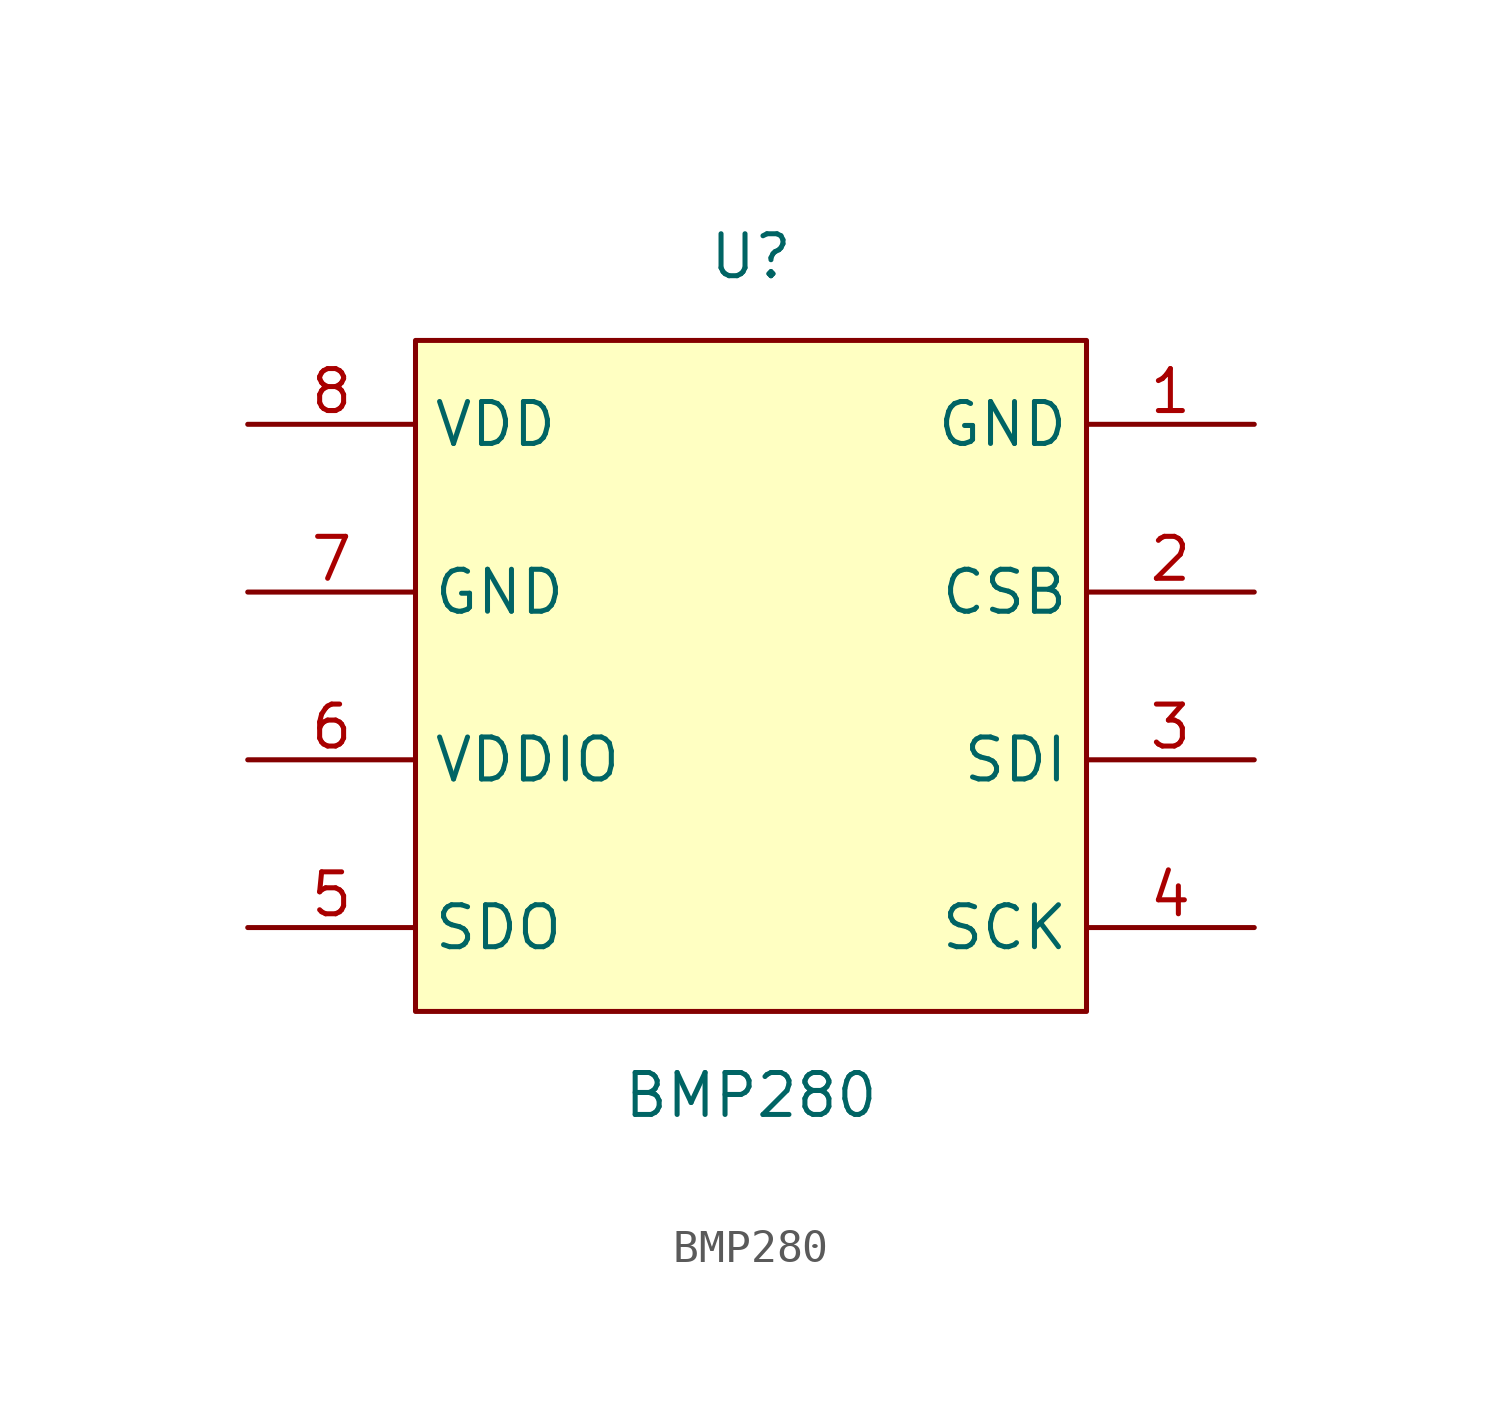
<source format=kicad_sym>
(kicad_symbol_lib
  (version 1)
  (generator "faebryk")
  (symbol "BMP280"
    (property "Reference" "U"
      (at 0 12.7 0)
      (effects (font (size 1.27 1.27)) (hide no)))
    (property "Value" "BMP280"
      (at 0 -12.7 0)
      (effects (font (size 1.27 1.27)) (hide no)))
    (symbol "BMP280_0_1"
      (rectangle (start -10.16 10.16) (end 10.16 -10.16) (stroke (width 0) (type default) (color 0 0 0 0)) (fill (type background)))
      (pin unspecified line (at 15.24 7.62 180) (length 5.08) (name "GND" (effects (font (size 1.27 1.27)) (hide no))) (number "1" (effects (font (size 1.27 1.27)) (hide no))))
      (pin unspecified line (at 15.24 2.54 180) (length 5.08) (name "CSB" (effects (font (size 1.27 1.27)) (hide no))) (number "2" (effects (font (size 1.27 1.27)) (hide no))))
      (pin unspecified line (at 15.24 -2.54 180) (length 5.08) (name "SDI" (effects (font (size 1.27 1.27)) (hide no))) (number "3" (effects (font (size 1.27 1.27)) (hide no))))
      (pin unspecified line (at 15.24 -7.62 180) (length 5.08) (name "SCK" (effects (font (size 1.27 1.27)) (hide no))) (number "4" (effects (font (size 1.27 1.27)) (hide no))))
      (pin unspecified line (at -15.24 -7.62 0) (length 5.08) (name "SDO" (effects (font (size 1.27 1.27)) (hide no))) (number "5" (effects (font (size 1.27 1.27)) (hide no))))
      (pin unspecified line (at -15.24 -2.54 0) (length 5.08) (name "VDDIO" (effects (font (size 1.27 1.27)) (hide no))) (number "6" (effects (font (size 1.27 1.27)) (hide no))))
      (pin unspecified line (at -15.24 2.54 0) (length 5.08) (name "GND" (effects (font (size 1.27 1.27)) (hide no))) (number "7" (effects (font (size 1.27 1.27)) (hide no))))
      (pin unspecified line (at -15.24 7.62 0) (length 5.08) (name "VDD" (effects (font (size 1.27 1.27)) (hide no))) (number "8" (effects (font (size 1.27 1.27)) (hide no)))))))
</source>
